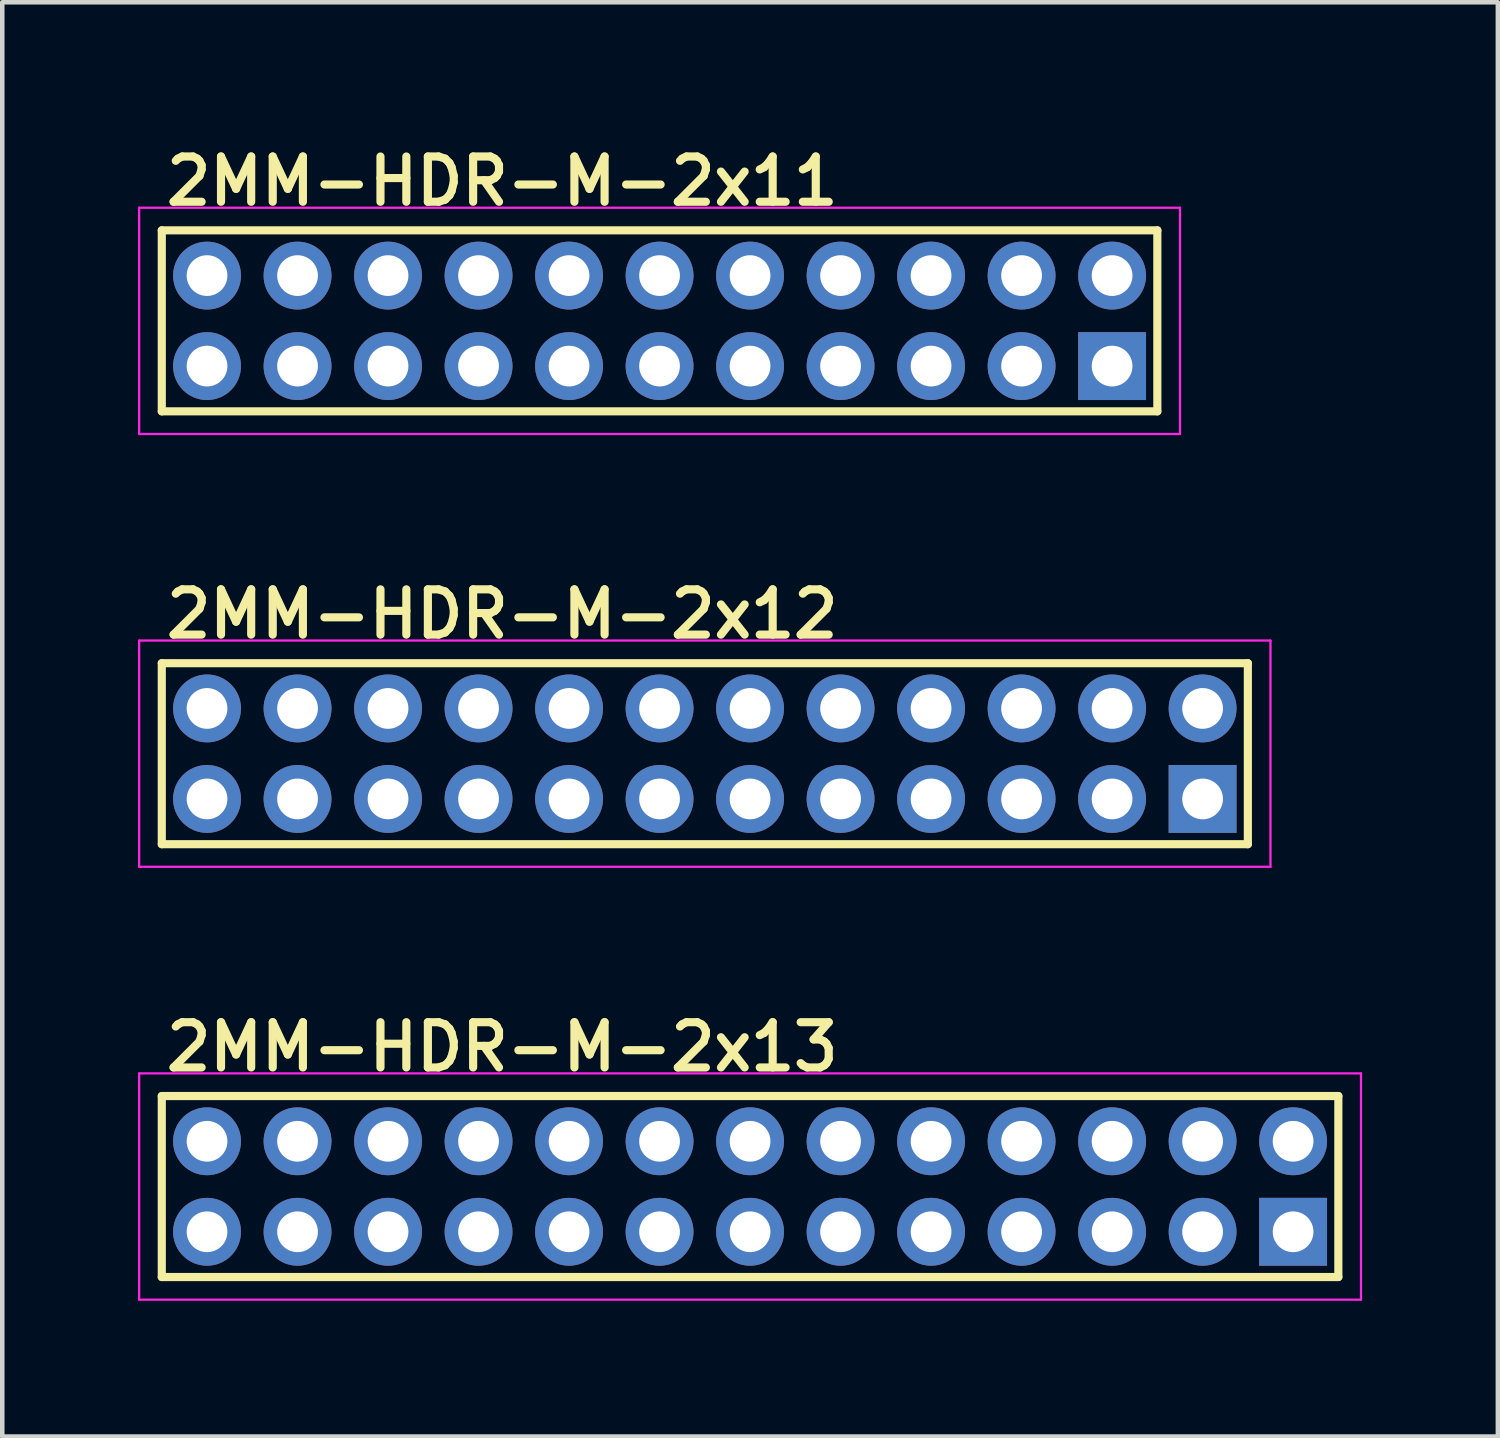
<source format=kicad_pcb>
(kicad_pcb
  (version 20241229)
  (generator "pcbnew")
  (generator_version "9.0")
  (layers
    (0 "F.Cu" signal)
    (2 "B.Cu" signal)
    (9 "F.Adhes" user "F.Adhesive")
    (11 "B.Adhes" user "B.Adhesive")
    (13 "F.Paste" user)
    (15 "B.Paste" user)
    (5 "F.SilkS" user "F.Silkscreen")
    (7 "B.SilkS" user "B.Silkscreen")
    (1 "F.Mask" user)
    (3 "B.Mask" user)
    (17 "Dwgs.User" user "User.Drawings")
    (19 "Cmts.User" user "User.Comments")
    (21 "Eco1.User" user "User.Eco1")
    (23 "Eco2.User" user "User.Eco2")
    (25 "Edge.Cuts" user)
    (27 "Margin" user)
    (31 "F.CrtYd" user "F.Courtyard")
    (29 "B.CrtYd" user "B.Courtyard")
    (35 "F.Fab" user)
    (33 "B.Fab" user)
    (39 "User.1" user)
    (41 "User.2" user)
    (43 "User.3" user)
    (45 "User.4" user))
  (footprint "2MM-HDR-M-2x12"
    (layer "F.Cu")
    (at 12.525 13.605)
    (property "Reference" "2MM-HDR-M-2x12" (at -12 -2.5 0) (layer "F.SilkS") (effects (font (size 1 1) (thickness 0.18)) (justify left bottom)))
    (attr through_hole)
    (fp_line (start -12 -2) (end 12 -2) (stroke (width 0.18) (type solid)) (layer "F.SilkS"))
    (fp_line (start -12 2) (end -12 -2) (stroke (width 0.18) (type solid)) (layer "F.SilkS"))
    (fp_line (start 12 -2) (end 12 2) (stroke (width 0.18) (type solid)) (layer "F.SilkS"))
    (fp_line (start 12 2) (end -12 2) (stroke (width 0.18) (type solid)) (layer "F.SilkS"))
    (fp_line (start -12.5 -2.5) (end 12.5 -2.5) (stroke (width 0.05) (type solid)) (layer "F.CrtYd"))
    (fp_line (start -12.5 2.5) (end -12.5 -2.5) (stroke (width 0.05) (type solid)) (layer "F.CrtYd"))
    (fp_line (start 12.5 -2.5) (end 12.5 2.5) (stroke (width 0.05) (type solid)) (layer "F.CrtYd"))
    (fp_line (start 12.5 2.5) (end -12.5 2.5) (stroke (width 0.05) (type solid)) (layer "F.CrtYd"))
    (pad "1" thru_hole rect (at 11 1) (size 1.5 1.5) (drill 0.9) (layers "*.Cu" "*.Mask"))
    (pad "2" thru_hole circle (at 11 -1) (size 1.5 1.5) (drill 0.9) (layers "*.Cu" "*.Mask"))
    (pad "3" thru_hole circle (at 9 1) (size 1.5 1.5) (drill 0.9) (layers "*.Cu" "*.Mask"))
    (pad "4" thru_hole circle (at 9 -1) (size 1.5 1.5) (drill 0.9) (layers "*.Cu" "*.Mask"))
    (pad "5" thru_hole circle (at 7 1) (size 1.5 1.5) (drill 0.9) (layers "*.Cu" "*.Mask"))
    (pad "6" thru_hole circle (at 7 -1) (size 1.5 1.5) (drill 0.9) (layers "*.Cu" "*.Mask"))
    (pad "7" thru_hole circle (at 5 1) (size 1.5 1.5) (drill 0.9) (layers "*.Cu" "*.Mask"))
    (pad "8" thru_hole circle (at 5 -1) (size 1.5 1.5) (drill 0.9) (layers "*.Cu" "*.Mask"))
    (pad "9" thru_hole circle (at 3 1) (size 1.5 1.5) (drill 0.9) (layers "*.Cu" "*.Mask"))
    (pad "10" thru_hole circle (at 3 -1) (size 1.5 1.5) (drill 0.9) (layers "*.Cu" "*.Mask"))
    (pad "11" thru_hole circle (at 1 1) (size 1.5 1.5) (drill 0.9) (layers "*.Cu" "*.Mask"))
    (pad "12" thru_hole circle (at 1 -1) (size 1.5 1.5) (drill 0.9) (layers "*.Cu" "*.Mask"))
    (pad "13" thru_hole circle (at -1 1) (size 1.5 1.5) (drill 0.9) (layers "*.Cu" "*.Mask"))
    (pad "14" thru_hole circle (at -1 -1) (size 1.5 1.5) (drill 0.9) (layers "*.Cu" "*.Mask"))
    (pad "15" thru_hole circle (at -3 1) (size 1.5 1.5) (drill 0.9) (layers "*.Cu" "*.Mask"))
    (pad "16" thru_hole circle (at -3 -1) (size 1.5 1.5) (drill 0.9) (layers "*.Cu" "*.Mask"))
    (pad "17" thru_hole circle (at -5 1) (size 1.5 1.5) (drill 0.9) (layers "*.Cu" "*.Mask"))
    (pad "18" thru_hole circle (at -5 -1) (size 1.5 1.5) (drill 0.9) (layers "*.Cu" "*.Mask"))
    (pad "19" thru_hole circle (at -7 1) (size 1.5 1.5) (drill 0.9) (layers "*.Cu" "*.Mask"))
    (pad "20" thru_hole circle (at -7 -1) (size 1.5 1.5) (drill 0.9) (layers "*.Cu" "*.Mask"))
    (pad "21" thru_hole circle (at -9 1) (size 1.5 1.5) (drill 0.9) (layers "*.Cu" "*.Mask"))
    (pad "22" thru_hole circle (at -9 -1) (size 1.5 1.5) (drill 0.9) (layers "*.Cu" "*.Mask"))
    (pad "23" thru_hole circle (at -11 1) (size 1.5 1.5) (drill 0.9) (layers "*.Cu" "*.Mask"))
    (pad "24" thru_hole circle (at -11 -1) (size 1.5 1.5) (drill 0.9) (layers "*.Cu" "*.Mask")))
  (footprint "2MM-HDR-M-2x11"
    (layer "F.Cu")
    (at 11.525 4.04)
    (property "Reference" "2MM-HDR-M-2x11" (at -11 -2.5 0) (layer "F.SilkS") (effects (font (size 1 1) (thickness 0.18)) (justify left bottom)))
    (attr through_hole)
    (fp_line (start -11 -2) (end 11 -2) (stroke (width 0.18) (type solid)) (layer "F.SilkS"))
    (fp_line (start -11 2) (end -11 -2) (stroke (width 0.18) (type solid)) (layer "F.SilkS"))
    (fp_line (start 11 -2) (end 11 2) (stroke (width 0.18) (type solid)) (layer "F.SilkS"))
    (fp_line (start 11 2) (end -11 2) (stroke (width 0.18) (type solid)) (layer "F.SilkS"))
    (fp_line (start -11.5 -2.5) (end 11.5 -2.5) (stroke (width 0.05) (type solid)) (layer "F.CrtYd"))
    (fp_line (start -11.5 2.5) (end -11.5 -2.5) (stroke (width 0.05) (type solid)) (layer "F.CrtYd"))
    (fp_line (start 11.5 -2.5) (end 11.5 2.5) (stroke (width 0.05) (type solid)) (layer "F.CrtYd"))
    (fp_line (start 11.5 2.5) (end -11.5 2.5) (stroke (width 0.05) (type solid)) (layer "F.CrtYd"))
    (pad "1" thru_hole rect (at 10 1) (size 1.5 1.5) (drill 0.9) (layers "*.Cu" "*.Mask"))
    (pad "2" thru_hole circle (at 10 -1) (size 1.5 1.5) (drill 0.9) (layers "*.Cu" "*.Mask"))
    (pad "3" thru_hole circle (at 8 1) (size 1.5 1.5) (drill 0.9) (layers "*.Cu" "*.Mask"))
    (pad "4" thru_hole circle (at 8 -1) (size 1.5 1.5) (drill 0.9) (layers "*.Cu" "*.Mask"))
    (pad "5" thru_hole circle (at 6 1) (size 1.5 1.5) (drill 0.9) (layers "*.Cu" "*.Mask"))
    (pad "6" thru_hole circle (at 6 -1) (size 1.5 1.5) (drill 0.9) (layers "*.Cu" "*.Mask"))
    (pad "7" thru_hole circle (at 4 1) (size 1.5 1.5) (drill 0.9) (layers "*.Cu" "*.Mask"))
    (pad "8" thru_hole circle (at 4 -1) (size 1.5 1.5) (drill 0.9) (layers "*.Cu" "*.Mask"))
    (pad "9" thru_hole circle (at 2 1) (size 1.5 1.5) (drill 0.9) (layers "*.Cu" "*.Mask"))
    (pad "10" thru_hole circle (at 2 -1) (size 1.5 1.5) (drill 0.9) (layers "*.Cu" "*.Mask"))
    (pad "11" thru_hole circle (at 0 1) (size 1.5 1.5) (drill 0.9) (layers "*.Cu" "*.Mask"))
    (pad "12" thru_hole circle (at 0 -1) (size 1.5 1.5) (drill 0.9) (layers "*.Cu" "*.Mask"))
    (pad "13" thru_hole circle (at -2 1) (size 1.5 1.5) (drill 0.9) (layers "*.Cu" "*.Mask"))
    (pad "14" thru_hole circle (at -2 -1) (size 1.5 1.5) (drill 0.9) (layers "*.Cu" "*.Mask"))
    (pad "15" thru_hole circle (at -4 1) (size 1.5 1.5) (drill 0.9) (layers "*.Cu" "*.Mask"))
    (pad "16" thru_hole circle (at -4 -1) (size 1.5 1.5) (drill 0.9) (layers "*.Cu" "*.Mask"))
    (pad "17" thru_hole circle (at -6 1) (size 1.5 1.5) (drill 0.9) (layers "*.Cu" "*.Mask"))
    (pad "18" thru_hole circle (at -6 -1) (size 1.5 1.5) (drill 0.9) (layers "*.Cu" "*.Mask"))
    (pad "19" thru_hole circle (at -8 1) (size 1.5 1.5) (drill 0.9) (layers "*.Cu" "*.Mask"))
    (pad "20" thru_hole circle (at -8 -1) (size 1.5 1.5) (drill 0.9) (layers "*.Cu" "*.Mask"))
    (pad "21" thru_hole circle (at -10 1) (size 1.5 1.5) (drill 0.9) (layers "*.Cu" "*.Mask"))
    (pad "22" thru_hole circle (at -10 -1) (size 1.5 1.5) (drill 0.9) (layers "*.Cu" "*.Mask")))
  (footprint "2MM-HDR-M-2x13"
    (layer "F.Cu")
    (at 13.525 23.17)
    (property "Reference" "2MM-HDR-M-2x13" (at -13 -2.5 0) (layer "F.SilkS") (effects (font (size 1 1) (thickness 0.18)) (justify left bottom)))
    (attr through_hole)
    (fp_line (start -13 -2) (end 13 -2) (stroke (width 0.18) (type solid)) (layer "F.SilkS"))
    (fp_line (start -13 2) (end -13 -2) (stroke (width 0.18) (type solid)) (layer "F.SilkS"))
    (fp_line (start 13 -2) (end 13 2) (stroke (width 0.18) (type solid)) (layer "F.SilkS"))
    (fp_line (start 13 2) (end -13 2) (stroke (width 0.18) (type solid)) (layer "F.SilkS"))
    (fp_line (start -13.5 -2.5) (end 13.5 -2.5) (stroke (width 0.05) (type solid)) (layer "F.CrtYd"))
    (fp_line (start -13.5 2.5) (end -13.5 -2.5) (stroke (width 0.05) (type solid)) (layer "F.CrtYd"))
    (fp_line (start 13.5 -2.5) (end 13.5 2.5) (stroke (width 0.05) (type solid)) (layer "F.CrtYd"))
    (fp_line (start 13.5 2.5) (end -13.5 2.5) (stroke (width 0.05) (type solid)) (layer "F.CrtYd"))
    (pad "1" thru_hole rect (at 12 1) (size 1.5 1.5) (drill 0.9) (layers "*.Cu" "*.Mask"))
    (pad "2" thru_hole circle (at 12 -1) (size 1.5 1.5) (drill 0.9) (layers "*.Cu" "*.Mask"))
    (pad "3" thru_hole circle (at 10 1) (size 1.5 1.5) (drill 0.9) (layers "*.Cu" "*.Mask"))
    (pad "4" thru_hole circle (at 10 -1) (size 1.5 1.5) (drill 0.9) (layers "*.Cu" "*.Mask"))
    (pad "5" thru_hole circle (at 8 1) (size 1.5 1.5) (drill 0.9) (layers "*.Cu" "*.Mask"))
    (pad "6" thru_hole circle (at 8 -1) (size 1.5 1.5) (drill 0.9) (layers "*.Cu" "*.Mask"))
    (pad "7" thru_hole circle (at 6 1) (size 1.5 1.5) (drill 0.9) (layers "*.Cu" "*.Mask"))
    (pad "8" thru_hole circle (at 6 -1) (size 1.5 1.5) (drill 0.9) (layers "*.Cu" "*.Mask"))
    (pad "9" thru_hole circle (at 4 1) (size 1.5 1.5) (drill 0.9) (layers "*.Cu" "*.Mask"))
    (pad "10" thru_hole circle (at 4 -1) (size 1.5 1.5) (drill 0.9) (layers "*.Cu" "*.Mask"))
    (pad "11" thru_hole circle (at 2 1) (size 1.5 1.5) (drill 0.9) (layers "*.Cu" "*.Mask"))
    (pad "12" thru_hole circle (at 2 -1) (size 1.5 1.5) (drill 0.9) (layers "*.Cu" "*.Mask"))
    (pad "13" thru_hole circle (at 0 1) (size 1.5 1.5) (drill 0.9) (layers "*.Cu" "*.Mask"))
    (pad "14" thru_hole circle (at 0 -1) (size 1.5 1.5) (drill 0.9) (layers "*.Cu" "*.Mask"))
    (pad "15" thru_hole circle (at -2 1) (size 1.5 1.5) (drill 0.9) (layers "*.Cu" "*.Mask"))
    (pad "16" thru_hole circle (at -2 -1) (size 1.5 1.5) (drill 0.9) (layers "*.Cu" "*.Mask"))
    (pad "17" thru_hole circle (at -4 1) (size 1.5 1.5) (drill 0.9) (layers "*.Cu" "*.Mask"))
    (pad "18" thru_hole circle (at -4 -1) (size 1.5 1.5) (drill 0.9) (layers "*.Cu" "*.Mask"))
    (pad "19" thru_hole circle (at -6 1) (size 1.5 1.5) (drill 0.9) (layers "*.Cu" "*.Mask"))
    (pad "20" thru_hole circle (at -6 -1) (size 1.5 1.5) (drill 0.9) (layers "*.Cu" "*.Mask"))
    (pad "21" thru_hole circle (at -8 1) (size 1.5 1.5) (drill 0.9) (layers "*.Cu" "*.Mask"))
    (pad "22" thru_hole circle (at -8 -1) (size 1.5 1.5) (drill 0.9) (layers "*.Cu" "*.Mask"))
    (pad "23" thru_hole circle (at -10 1) (size 1.5 1.5) (drill 0.9) (layers "*.Cu" "*.Mask"))
    (pad "24" thru_hole circle (at -10 -1) (size 1.5 1.5) (drill 0.9) (layers "*.Cu" "*.Mask"))
    (pad "25" thru_hole circle (at -12 1) (size 1.5 1.5) (drill 0.9) (layers "*.Cu" "*.Mask"))
    (pad "26" thru_hole circle (at -12 -1) (size 1.5 1.5) (drill 0.9) (layers "*.Cu" "*.Mask")))
  (gr_rect
    (start -3 -3)
    (end 30.05 28.695)
    (stroke (width 0.1) (type default))
    (fill no)
    (layer "Edge.Cuts")))
</source>
